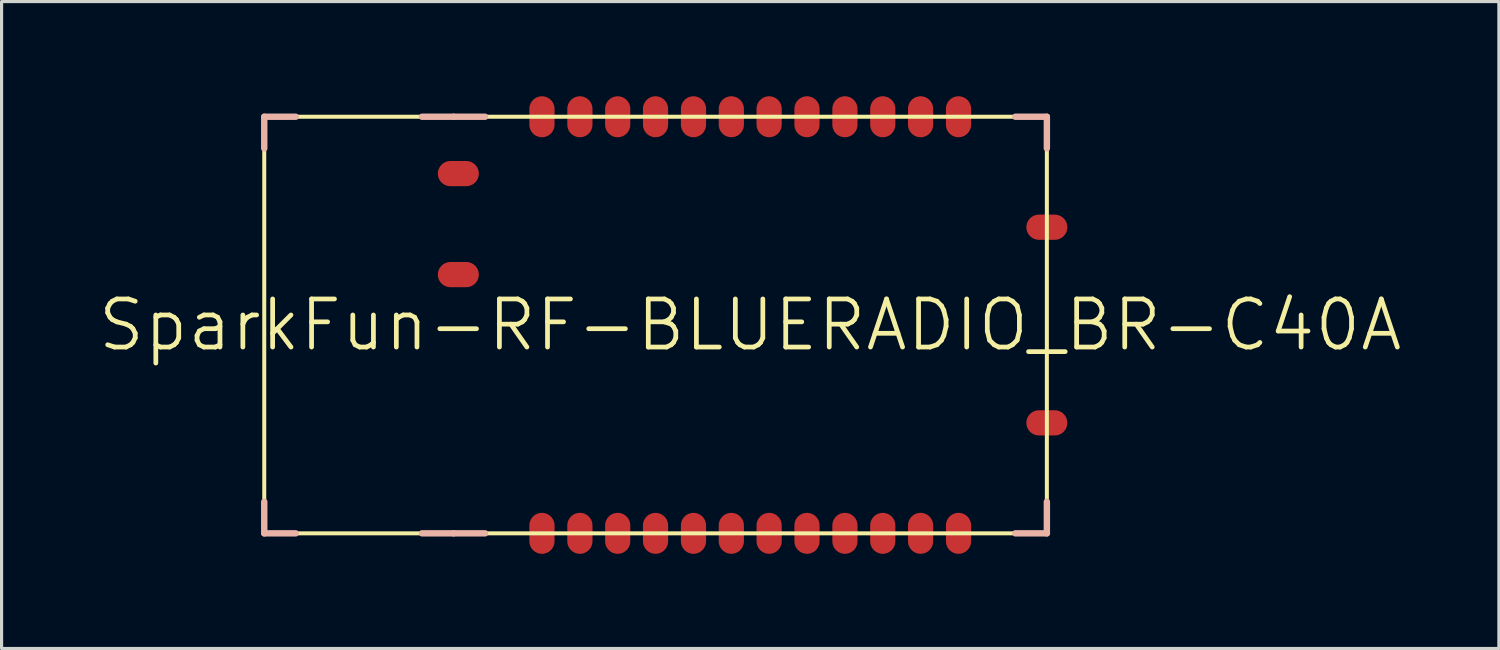
<source format=kicad_pcb>
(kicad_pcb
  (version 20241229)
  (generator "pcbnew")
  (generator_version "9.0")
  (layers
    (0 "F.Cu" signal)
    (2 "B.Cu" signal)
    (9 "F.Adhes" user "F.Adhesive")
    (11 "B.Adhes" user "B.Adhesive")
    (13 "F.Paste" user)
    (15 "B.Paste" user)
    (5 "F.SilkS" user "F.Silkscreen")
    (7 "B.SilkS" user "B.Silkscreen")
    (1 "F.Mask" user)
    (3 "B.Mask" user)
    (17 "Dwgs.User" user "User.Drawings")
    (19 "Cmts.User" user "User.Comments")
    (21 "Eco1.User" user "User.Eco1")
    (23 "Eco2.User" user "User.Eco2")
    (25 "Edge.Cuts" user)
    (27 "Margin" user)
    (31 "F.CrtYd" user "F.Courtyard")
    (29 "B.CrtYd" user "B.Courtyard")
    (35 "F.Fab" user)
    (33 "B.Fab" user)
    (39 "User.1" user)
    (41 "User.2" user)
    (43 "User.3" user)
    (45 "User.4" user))
  (footprint "SparkFun-RF-BLUERADIO_BR-C40A"
    (layer "F.Cu")
    (at 20.719 7.248)
    (property "Reference" "SparkFun-RF-BLUERADIO_BR-C40A" (at 0 0 0) (layer "F.SilkS") (effects (font (size 1.524 1.524) (thickness 0.15))))
    (attr smd)
    (fp_line (start -15.397 -6.599) (end -15.397 6.599) (stroke (width 0.127) (type solid)) (layer "F.SilkS"))
    (fp_line (start -15.397 6.599) (end -9.398 6.599) (stroke (width 0.127) (type solid)) (layer "F.SilkS"))
    (fp_line (start -9.398 -6.599) (end -15.397 -6.599) (stroke (width 0.127) (type solid)) (layer "F.SilkS"))
    (fp_line (start -9.398 6.599) (end 9.398 6.599) (stroke (width 0.127) (type solid)) (layer "F.SilkS"))
    (fp_line (start 9.398 -6.599) (end -9.398 -6.599) (stroke (width 0.127) (type solid)) (layer "F.SilkS"))
    (fp_line (start 9.398 6.599) (end 9.398 -6.599) (stroke (width 0.127) (type solid)) (layer "F.SilkS"))
    (fp_line (start -15.397 -6.599) (end -15.397 -5.598) (stroke (width 0.203) (type solid)) (layer "B.SilkS"))
    (fp_line (start -15.397 -6.599) (end -14.399 -6.599) (stroke (width 0.203) (type solid)) (layer "B.SilkS"))
    (fp_line (start -15.397 6.599) (end -15.397 5.598) (stroke (width 0.203) (type solid)) (layer "B.SilkS"))
    (fp_line (start -15.397 6.599) (end -14.399 6.599) (stroke (width 0.203) (type solid)) (layer "B.SilkS"))
    (fp_line (start -10.399 -6.599) (end -9.398 -6.599) (stroke (width 0.203) (type solid)) (layer "B.SilkS"))
    (fp_line (start -9.398 -6.599) (end -8.4 -6.599) (stroke (width 0.203) (type solid)) (layer "B.SilkS"))
    (fp_line (start -9.398 6.599) (end -10.399 6.599) (stroke (width 0.203) (type solid)) (layer "B.SilkS"))
    (fp_line (start -8.4 6.599) (end -9.398 6.599) (stroke (width 0.203) (type solid)) (layer "B.SilkS"))
    (fp_line (start 9.398 -6.599) (end 8.4 -6.599) (stroke (width 0.203) (type solid)) (layer "B.SilkS"))
    (fp_line (start 9.398 -6.599) (end 9.398 -5.598) (stroke (width 0.203) (type solid)) (layer "B.SilkS"))
    (fp_line (start 9.398 6.599) (end 8.4 6.599) (stroke (width 0.203) (type solid)) (layer "B.SilkS"))
    (fp_line (start 9.398 6.599) (end 9.398 5.598) (stroke (width 0.203) (type solid)) (layer "B.SilkS"))
    (pad "1" smd oval (at -6.599 6.599) (size 0.798 1.298) (layers "F.Cu" "F.Mask" "F.Paste"))
    (pad "2" smd oval (at -5.397 6.599) (size 0.798 1.298) (layers "F.Cu" "F.Mask" "F.Paste"))
    (pad "3" smd oval (at -4.199 6.599) (size 0.798 1.298) (layers "F.Cu" "F.Mask" "F.Paste"))
    (pad "4" smd oval (at -3 6.599) (size 0.798 1.298) (layers "F.Cu" "F.Mask" "F.Paste"))
    (pad "5" smd oval (at -1.798 6.599) (size 0.798 1.298) (layers "F.Cu" "F.Mask" "F.Paste"))
    (pad "6" smd oval (at -0.599 6.599) (size 0.798 1.298) (layers "F.Cu" "F.Mask" "F.Paste"))
    (pad "7" smd oval (at 0.599 6.599) (size 0.798 1.298) (layers "F.Cu" "F.Mask" "F.Paste"))
    (pad "8" smd oval (at 1.798 6.599) (size 0.798 1.298) (layers "F.Cu" "F.Mask" "F.Paste"))
    (pad "9" smd oval (at 3 6.599) (size 0.798 1.298) (layers "F.Cu" "F.Mask" "F.Paste"))
    (pad "10" smd oval (at 4.199 6.599) (size 0.798 1.298) (layers "F.Cu" "F.Mask" "F.Paste"))
    (pad "11" smd oval (at 5.397 6.599) (size 0.798 1.298) (layers "F.Cu" "F.Mask" "F.Paste"))
    (pad "12" smd oval (at 6.599 6.599) (size 0.798 1.298) (layers "F.Cu" "F.Mask" "F.Paste"))
    (pad "13" smd oval (at 6.599 -6.599) (size 0.798 1.298) (layers "F.Cu" "F.Mask" "F.Paste"))
    (pad "14" smd oval (at 5.397 -6.599) (size 0.798 1.298) (layers "F.Cu" "F.Mask" "F.Paste"))
    (pad "15" smd oval (at 4.199 -6.599) (size 0.798 1.298) (layers "F.Cu" "F.Mask" "F.Paste"))
    (pad "16" smd oval (at 3 -6.599) (size 0.798 1.298) (layers "F.Cu" "F.Mask" "F.Paste"))
    (pad "17" smd oval (at 1.798 -6.599) (size 0.798 1.298) (layers "F.Cu" "F.Mask" "F.Paste"))
    (pad "18" smd oval (at 0.599 -6.599) (size 0.798 1.298) (layers "F.Cu" "F.Mask" "F.Paste"))
    (pad "19" smd oval (at -0.599 -6.599) (size 0.798 1.298) (layers "F.Cu" "F.Mask" "F.Paste"))
    (pad "20" smd oval (at -1.798 -6.599) (size 0.798 1.298) (layers "F.Cu" "F.Mask" "F.Paste"))
    (pad "21" smd oval (at -3 -6.599) (size 0.798 1.298) (layers "F.Cu" "F.Mask" "F.Paste"))
    (pad "22" smd oval (at -4.199 -6.599) (size 0.798 1.298) (layers "F.Cu" "F.Mask" "F.Paste"))
    (pad "23" smd oval (at -5.397 -6.599) (size 0.798 1.298) (layers "F.Cu" "F.Mask" "F.Paste"))
    (pad "24" smd oval (at -6.599 -6.599) (size 0.798 1.298) (layers "F.Cu" "F.Mask" "F.Paste"))
    (pad "25" smd oval (at -9.248 -4.798 90) (size 0.798 1.298) (layers "F.Cu" "F.Mask" "F.Paste"))
    (pad "27" smd oval (at -9.248 -1.598 90) (size 0.798 1.298) (layers "F.Cu" "F.Mask" "F.Paste"))
    (pad "28" smd oval (at 9.398 -3.099 90) (size 0.798 1.298) (layers "F.Cu" "F.Mask" "F.Paste"))
    (pad "29" smd oval (at 9.398 3.099 90) (size 0.798 1.298) (layers "F.Cu" "F.Mask" "F.Paste")))
  (gr_rect
    (start -3 -3)
    (end 44.438 17.496)
    (stroke (width 0.1) (type default))
    (fill no)
    (layer "Edge.Cuts")))
</source>
